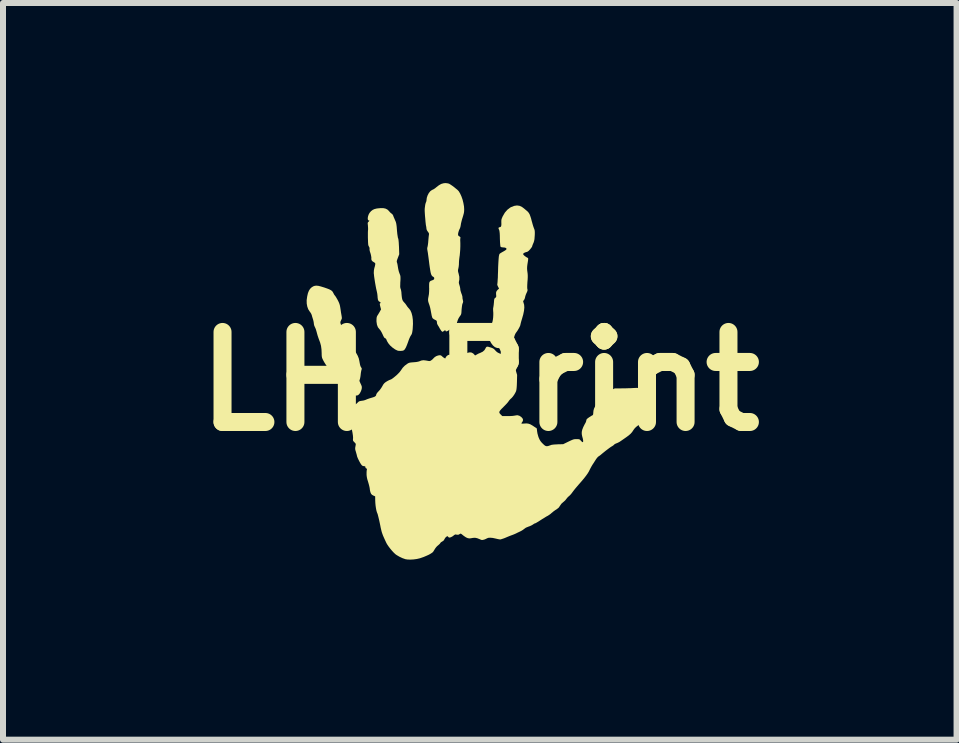
<source format=kicad_pcb>
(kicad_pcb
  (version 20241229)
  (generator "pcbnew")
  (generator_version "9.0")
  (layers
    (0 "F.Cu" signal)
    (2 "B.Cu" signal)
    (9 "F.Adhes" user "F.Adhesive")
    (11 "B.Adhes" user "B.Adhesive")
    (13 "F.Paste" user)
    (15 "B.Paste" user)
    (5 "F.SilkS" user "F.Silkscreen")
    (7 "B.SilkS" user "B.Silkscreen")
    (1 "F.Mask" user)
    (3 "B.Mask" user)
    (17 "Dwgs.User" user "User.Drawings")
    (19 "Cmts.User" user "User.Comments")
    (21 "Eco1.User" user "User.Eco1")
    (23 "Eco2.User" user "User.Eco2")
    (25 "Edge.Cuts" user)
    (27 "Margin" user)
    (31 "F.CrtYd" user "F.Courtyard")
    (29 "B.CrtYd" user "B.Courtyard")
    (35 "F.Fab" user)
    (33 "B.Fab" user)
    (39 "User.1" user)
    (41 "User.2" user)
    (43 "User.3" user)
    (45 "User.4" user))
  (footprint "LH_Print"
    (layer "F.Cu")
    (at 4.943 3.302)
    (property "Reference" "LH_Print" (at 0 0 0) (layer "F.SilkS") (effects (font (size 1.5 1.5) (thickness 0.3))))
    (attr board_only exclude_from_pos_files exclude_from_bom)
    (fp_poly (pts (xy -2.689 -1.59) (xy -2.649 -1.58) (xy -2.6 -1.565) (xy -2.596 -1.564) (xy -2.547 -1.547) (xy -2.51 -1.533) (xy -2.483 -1.519) (xy -2.464 -1.506) (xy -2.451 -1.491) (xy -2.441 -1.473) (xy -2.439 -1.47) (xy -2.429 -1.449) (xy -2.418 -1.433) (xy -2.415 -1.43) (xy -2.407 -1.42) (xy -2.394 -1.4) (xy -2.379 -1.374) (xy -2.368 -1.355) (xy -2.35 -1.319) (xy -2.338 -1.289) (xy -2.33 -1.261) (xy -2.324 -1.227) (xy -2.318 -1.188) (xy -2.312 -1.145) (xy -2.305 -1.106) (xy -2.305 -1.106) (xy -2.3 -1.076) (xy -2.298 -1.057) (xy -2.299 -1.043) (xy -2.303 -1.032) (xy -2.309 -1.022) (xy -2.32 -0.997) (xy -2.323 -0.974) (xy -2.315 -0.948) (xy -2.297 -0.916) (xy -2.291 -0.907) (xy -2.271 -0.874) (xy -2.258 -0.844) (xy -2.252 -0.817) (xy -2.245 -0.782) (xy -2.235 -0.755) (xy -2.22 -0.731) (xy -2.211 -0.719) (xy -2.199 -0.704) (xy -2.194 -0.692) (xy -2.194 -0.69) (xy -2.19 -0.681) (xy -2.18 -0.662) (xy -2.166 -0.638) (xy -2.158 -0.624) (xy -2.142 -0.599) (xy -2.13 -0.577) (xy -2.122 -0.563) (xy -2.121 -0.56) (xy -2.117 -0.55) (xy -2.106 -0.534) (xy -2.095 -0.52) (xy -2.059 -0.471) (xy -2.034 -0.426) (xy -2.016 -0.381) (xy -2.005 -0.332) (xy -2.004 -0.324) (xy -1.996 -0.282) (xy -1.988 -0.252) (xy -1.978 -0.234) (xy -1.968 -0.217) (xy -1.966 -0.204) (xy -1.971 -0.191) (xy -1.975 -0.173) (xy -1.98 -0.147) (xy -1.984 -0.117) (xy -1.984 -0.112) (xy -1.988 -0.081) (xy -1.993 -0.053) (xy -1.998 -0.033) (xy -1.999 -0.031) (xy -2.004 -0.017) (xy -2.004 -0.004) (xy -1.998 0.012) (xy -1.99 0.03) (xy -1.978 0.055) (xy -1.969 0.077) (xy -1.966 0.088) (xy -1.965 0.113) (xy -1.972 0.144) (xy -1.985 0.176) (xy -2.001 0.204) (xy -2.009 0.214) (xy -2.023 0.227) (xy -2.035 0.234) (xy -2.05 0.237) (xy -2.073 0.238) (xy -2.087 0.238) (xy -2.115 0.238) (xy -2.133 0.236) (xy -2.146 0.23) (xy -2.157 0.221) (xy -2.16 0.217) (xy -2.175 0.205) (xy -2.192 0.198) (xy -2.217 0.194) (xy -2.223 0.193) (xy -2.249 0.19) (xy -2.269 0.183) (xy -2.285 0.17) (xy -2.3 0.149) (xy -2.317 0.117) (xy -2.321 0.109) (xy -2.337 0.079) (xy -2.358 0.043) (xy -2.382 0.007) (xy -2.393 -0.01) (xy -2.417 -0.044) (xy -2.442 -0.082) (xy -2.464 -0.117) (xy -2.472 -0.131) (xy -2.492 -0.166) (xy -2.516 -0.204) (xy -2.539 -0.238) (xy -2.541 -0.241) (xy -2.563 -0.273) (xy -2.586 -0.309) (xy -2.605 -0.342) (xy -2.606 -0.345) (xy -2.62 -0.372) (xy -2.628 -0.393) (xy -2.632 -0.414) (xy -2.634 -0.441) (xy -2.634 -0.461) (xy -2.637 -0.53) (xy -2.645 -0.59) (xy -2.66 -0.646) (xy -2.674 -0.683) (xy -2.688 -0.721) (xy -2.702 -0.763) (xy -2.713 -0.803) (xy -2.714 -0.807) (xy -2.723 -0.84) (xy -2.733 -0.872) (xy -2.744 -0.897) (xy -2.746 -0.901) (xy -2.757 -0.925) (xy -2.763 -0.949) (xy -2.764 -0.957) (xy -2.766 -0.977) (xy -2.771 -1.004) (xy -2.777 -1.027) (xy -2.786 -1.056) (xy -2.795 -1.085) (xy -2.799 -1.102) (xy -2.809 -1.126) (xy -2.825 -1.151) (xy -2.835 -1.164) (xy -2.858 -1.2) (xy -2.874 -1.245) (xy -2.883 -1.295) (xy -2.884 -1.345) (xy -2.884 -1.352) (xy -2.875 -1.416) (xy -2.863 -1.468) (xy -2.847 -1.508) (xy -2.827 -1.54) (xy -2.801 -1.565) (xy -2.792 -1.571) (xy -2.769 -1.584) (xy -2.746 -1.591) (xy -2.72 -1.593)) (stroke (width 0) (type solid)) (fill yes) (layer "F.SilkS"))
    (fp_poly (pts (xy -1.571 -2.877) (xy -1.539 -2.861) (xy -1.511 -2.834) (xy -1.509 -2.831) (xy -1.492 -2.812) (xy -1.475 -2.797) (xy -1.468 -2.793) (xy -1.454 -2.78) (xy -1.443 -2.761) (xy -1.442 -2.758) (xy -1.435 -2.738) (xy -1.423 -2.711) (xy -1.412 -2.685) (xy -1.399 -2.655) (xy -1.391 -2.624) (xy -1.386 -2.588) (xy -1.384 -2.57) (xy -1.379 -2.505) (xy -1.374 -2.454) (xy -1.368 -2.416) (xy -1.364 -2.391) (xy -1.359 -2.378) (xy -1.356 -2.367) (xy -1.353 -2.343) (xy -1.35 -2.311) (xy -1.348 -2.272) (xy -1.346 -2.24) (xy -1.342 -2.116) (xy -1.365 -2.056) (xy -1.376 -2.027) (xy -1.382 -2.007) (xy -1.383 -1.993) (xy -1.381 -1.981) (xy -1.378 -1.975) (xy -1.373 -1.956) (xy -1.368 -1.929) (xy -1.364 -1.902) (xy -1.358 -1.868) (xy -1.349 -1.83) (xy -1.339 -1.801) (xy -1.331 -1.78) (xy -1.325 -1.763) (xy -1.322 -1.746) (xy -1.321 -1.725) (xy -1.321 -1.698) (xy -1.323 -1.661) (xy -1.324 -1.655) (xy -1.325 -1.612) (xy -1.326 -1.58) (xy -1.324 -1.559) (xy -1.321 -1.546) (xy -1.319 -1.543) (xy -1.314 -1.528) (xy -1.309 -1.504) (xy -1.305 -1.474) (xy -1.305 -1.465) (xy -1.301 -1.422) (xy -1.297 -1.39) (xy -1.292 -1.366) (xy -1.285 -1.348) (xy -1.277 -1.334) (xy -1.264 -1.319) (xy -1.259 -1.313) (xy -1.24 -1.292) (xy -1.225 -1.271) (xy -1.217 -1.259) (xy -1.205 -1.241) (xy -1.188 -1.22) (xy -1.18 -1.213) (xy -1.156 -1.181) (xy -1.137 -1.138) (xy -1.123 -1.084) (xy -1.115 -1.023) (xy -1.113 -0.956) (xy -1.117 -0.885) (xy -1.118 -0.868) (xy -1.123 -0.831) (xy -1.128 -0.805) (xy -1.134 -0.786) (xy -1.143 -0.77) (xy -1.148 -0.763) (xy -1.159 -0.744) (xy -1.172 -0.716) (xy -1.185 -0.683) (xy -1.191 -0.665) (xy -1.212 -0.608) (xy -1.23 -0.565) (xy -1.248 -0.534) (xy -1.264 -0.517) (xy -1.264 -0.517) (xy -1.285 -0.509) (xy -1.318 -0.506) (xy -1.324 -0.506) (xy -1.351 -0.507) (xy -1.373 -0.512) (xy -1.397 -0.524) (xy -1.411 -0.531) (xy -1.455 -0.562) (xy -1.494 -0.597) (xy -1.525 -0.635) (xy -1.547 -0.672) (xy -1.555 -0.694) (xy -1.565 -0.711) (xy -1.575 -0.716) (xy -1.585 -0.721) (xy -1.595 -0.733) (xy -1.607 -0.755) (xy -1.62 -0.784) (xy -1.639 -0.822) (xy -1.657 -0.851) (xy -1.672 -0.869) (xy -1.672 -0.869) (xy -1.697 -0.9) (xy -1.713 -0.942) (xy -1.721 -0.995) (xy -1.721 -1.014) (xy -1.72 -1.046) (xy -1.717 -1.068) (xy -1.711 -1.085) (xy -1.706 -1.094) (xy -1.694 -1.112) (xy -1.68 -1.136) (xy -1.668 -1.156) (xy -1.645 -1.198) (xy -1.658 -1.246) (xy -1.664 -1.273) (xy -1.666 -1.289) (xy -1.664 -1.296) (xy -1.661 -1.297) (xy -1.653 -1.305) (xy -1.655 -1.316) (xy -1.667 -1.324) (xy -1.67 -1.325) (xy -1.686 -1.336) (xy -1.697 -1.36) (xy -1.702 -1.395) (xy -1.703 -1.414) (xy -1.705 -1.436) (xy -1.709 -1.466) (xy -1.716 -1.499) (xy -1.718 -1.507) (xy -1.727 -1.547) (xy -1.736 -1.595) (xy -1.745 -1.646) (xy -1.753 -1.698) (xy -1.76 -1.746) (xy -1.764 -1.786) (xy -1.766 -1.801) (xy -1.764 -1.847) (xy -1.757 -1.884) (xy -1.747 -1.919) (xy -1.742 -1.944) (xy -1.741 -1.96) (xy -1.745 -1.97) (xy -1.755 -1.978) (xy -1.76 -1.981) (xy -1.788 -1.999) (xy -1.804 -2.019) (xy -1.807 -2.039) (xy -1.807 -2.04) (xy -1.806 -2.059) (xy -1.81 -2.088) (xy -1.818 -2.123) (xy -1.83 -2.16) (xy -1.831 -2.163) (xy -1.836 -2.186) (xy -1.837 -2.204) (xy -1.836 -2.209) (xy -1.838 -2.227) (xy -1.846 -2.243) (xy -1.853 -2.256) (xy -1.858 -2.271) (xy -1.86 -2.294) (xy -1.862 -2.326) (xy -1.862 -2.339) (xy -1.864 -2.396) (xy -1.864 -2.441) (xy -1.864 -2.476) (xy -1.863 -2.505) (xy -1.861 -2.526) (xy -1.861 -2.553) (xy -1.863 -2.584) (xy -1.864 -2.6) (xy -1.867 -2.624) (xy -1.867 -2.639) (xy -1.861 -2.65) (xy -1.852 -2.659) (xy -1.841 -2.672) (xy -1.839 -2.677) (xy -1.847 -2.678) (xy -1.847 -2.678) (xy -1.86 -2.684) (xy -1.866 -2.7) (xy -1.866 -2.723) (xy -1.861 -2.75) (xy -1.851 -2.779) (xy -1.836 -2.806) (xy -1.834 -2.808) (xy -1.811 -2.835) (xy -1.785 -2.855) (xy -1.754 -2.869) (xy -1.714 -2.879) (xy -1.662 -2.884) (xy -1.659 -2.885) (xy -1.61 -2.885)) (stroke (width 0) (type solid)) (fill yes) (layer "F.SilkS"))
    (fp_poly (pts (xy -0.542 -3.299) (xy -0.516 -3.293) (xy -0.509 -3.29) (xy -0.486 -3.276) (xy -0.458 -3.257) (xy -0.427 -3.234) (xy -0.398 -3.21) (xy -0.372 -3.189) (xy -0.355 -3.171) (xy -0.351 -3.167) (xy -0.328 -3.129) (xy -0.306 -3.081) (xy -0.287 -3.027) (xy -0.273 -2.97) (xy -0.263 -2.914) (xy -0.26 -2.866) (xy -0.261 -2.834) (xy -0.265 -2.803) (xy -0.274 -2.769) (xy -0.284 -2.735) (xy -0.296 -2.697) (xy -0.306 -2.658) (xy -0.314 -2.624) (xy -0.316 -2.608) (xy -0.321 -2.58) (xy -0.328 -2.555) (xy -0.335 -2.539) (xy -0.345 -2.519) (xy -0.353 -2.494) (xy -0.36 -2.468) (xy -0.362 -2.446) (xy -0.361 -2.432) (xy -0.35 -2.421) (xy -0.336 -2.411) (xy -0.323 -2.4) (xy -0.322 -2.39) (xy -0.325 -2.375) (xy -0.326 -2.354) (xy -0.326 -2.353) (xy -0.324 -2.303) (xy -0.324 -2.248) (xy -0.326 -2.193) (xy -0.33 -2.141) (xy -0.334 -2.097) (xy -0.336 -2.086) (xy -0.341 -2.05) (xy -0.345 -2.013) (xy -0.347 -1.982) (xy -0.347 -1.974) (xy -0.348 -1.942) (xy -0.352 -1.906) (xy -0.356 -1.885) (xy -0.362 -1.858) (xy -0.363 -1.839) (xy -0.36 -1.82) (xy -0.353 -1.795) (xy -0.341 -1.741) (xy -0.341 -1.692) (xy -0.346 -1.668) (xy -0.349 -1.649) (xy -0.347 -1.628) (xy -0.339 -1.602) (xy -0.331 -1.574) (xy -0.326 -1.548) (xy -0.325 -1.534) (xy -0.322 -1.513) (xy -0.314 -1.486) (xy -0.307 -1.465) (xy -0.297 -1.439) (xy -0.29 -1.413) (xy -0.289 -1.399) (xy -0.287 -1.375) (xy -0.281 -1.35) (xy -0.281 -1.348) (xy -0.277 -1.326) (xy -0.282 -1.306) (xy -0.286 -1.298) (xy -0.293 -1.276) (xy -0.298 -1.241) (xy -0.303 -1.195) (xy -0.305 -1.16) (xy -0.307 -1.135) (xy -0.311 -1.118) (xy -0.317 -1.104) (xy -0.327 -1.09) (xy -0.334 -1.08) (xy -0.352 -1.052) (xy -0.367 -1.019) (xy -0.38 -0.976) (xy -0.386 -0.951) (xy -0.398 -0.923) (xy -0.422 -0.897) (xy -0.453 -0.877) (xy -0.471 -0.869) (xy -0.497 -0.86) (xy -0.519 -0.849) (xy -0.528 -0.843) (xy -0.548 -0.833) (xy -0.563 -0.831) (xy -0.57 -0.838) (xy -0.57 -0.841) (xy -0.573 -0.85) (xy -0.582 -0.849) (xy -0.599 -0.838) (xy -0.599 -0.837) (xy -0.614 -0.826) (xy -0.624 -0.825) (xy -0.634 -0.833) (xy -0.64 -0.839) (xy -0.652 -0.856) (xy -0.666 -0.878) (xy -0.671 -0.888) (xy -0.684 -0.911) (xy -0.697 -0.931) (xy -0.701 -0.938) (xy -0.711 -0.958) (xy -0.714 -0.982) (xy -0.716 -0.999) (xy -0.721 -1.01) (xy -0.735 -1.019) (xy -0.746 -1.024) (xy -0.768 -1.036) (xy -0.785 -1.05) (xy -0.789 -1.055) (xy -0.794 -1.069) (xy -0.801 -1.093) (xy -0.807 -1.125) (xy -0.812 -1.151) (xy -0.819 -1.189) (xy -0.827 -1.227) (xy -0.836 -1.259) (xy -0.841 -1.274) (xy -0.853 -1.308) (xy -0.86 -1.334) (xy -0.862 -1.357) (xy -0.86 -1.382) (xy -0.854 -1.413) (xy -0.847 -1.453) (xy -0.844 -1.498) (xy -0.843 -1.552) (xy -0.844 -1.559) (xy -0.844 -1.6) (xy -0.843 -1.63) (xy -0.839 -1.65) (xy -0.831 -1.663) (xy -0.818 -1.673) (xy -0.799 -1.68) (xy -0.79 -1.683) (xy -0.77 -1.692) (xy -0.761 -1.702) (xy -0.759 -1.712) (xy -0.761 -1.728) (xy -0.772 -1.739) (xy -0.778 -1.742) (xy -0.789 -1.749) (xy -0.798 -1.759) (xy -0.806 -1.772) (xy -0.813 -1.791) (xy -0.82 -1.818) (xy -0.826 -1.853) (xy -0.833 -1.897) (xy -0.841 -1.954) (xy -0.848 -2.012) (xy -0.854 -2.058) (xy -0.86 -2.102) (xy -0.865 -2.139) (xy -0.87 -2.168) (xy -0.873 -2.186) (xy -0.874 -2.188) (xy -0.876 -2.219) (xy -0.872 -2.235) (xy -0.868 -2.251) (xy -0.864 -2.277) (xy -0.86 -2.309) (xy -0.858 -2.335) (xy -0.855 -2.37) (xy -0.852 -2.403) (xy -0.849 -2.429) (xy -0.847 -2.44) (xy -0.846 -2.459) (xy -0.852 -2.474) (xy -0.865 -2.492) (xy -0.881 -2.516) (xy -0.888 -2.537) (xy -0.888 -2.538) (xy -0.89 -2.559) (xy -0.894 -2.584) (xy -0.895 -2.588) (xy -0.898 -2.603) (xy -0.901 -2.63) (xy -0.905 -2.666) (xy -0.908 -2.706) (xy -0.912 -2.748) (xy -0.915 -2.789) (xy -0.917 -2.825) (xy -0.918 -2.851) (xy -0.917 -2.879) (xy -0.913 -2.91) (xy -0.909 -2.94) (xy -0.903 -2.965) (xy -0.898 -2.979) (xy -0.89 -2.999) (xy -0.888 -3.014) (xy -0.883 -3.056) (xy -0.869 -3.098) (xy -0.849 -3.136) (xy -0.824 -3.167) (xy -0.796 -3.187) (xy -0.789 -3.19) (xy -0.768 -3.2) (xy -0.744 -3.216) (xy -0.726 -3.231) (xy -0.682 -3.265) (xy -0.642 -3.288) (xy -0.603 -3.299) (xy -0.574 -3.302)) (stroke (width 0) (type solid)) (fill yes) (layer "F.SilkS"))
    (fp_poly (pts (xy 0.663 -2.923) (xy 0.703 -2.904) (xy 0.725 -2.888) (xy 0.75 -2.868) (xy 0.776 -2.846) (xy 0.787 -2.837) (xy 0.803 -2.822) (xy 0.817 -2.804) (xy 0.83 -2.782) (xy 0.841 -2.753) (xy 0.854 -2.714) (xy 0.867 -2.663) (xy 0.869 -2.658) (xy 0.879 -2.621) (xy 0.889 -2.587) (xy 0.898 -2.561) (xy 0.904 -2.544) (xy 0.905 -2.543) (xy 0.91 -2.53) (xy 0.914 -2.515) (xy 0.916 -2.497) (xy 0.917 -2.472) (xy 0.916 -2.437) (xy 0.914 -2.407) (xy 0.911 -2.368) (xy 0.905 -2.337) (xy 0.896 -2.309) (xy 0.892 -2.301) (xy 0.882 -2.277) (xy 0.875 -2.258) (xy 0.873 -2.249) (xy 0.869 -2.239) (xy 0.857 -2.222) (xy 0.841 -2.201) (xy 0.839 -2.199) (xy 0.817 -2.175) (xy 0.799 -2.161) (xy 0.782 -2.154) (xy 0.78 -2.154) (xy 0.753 -2.146) (xy 0.733 -2.135) (xy 0.722 -2.123) (xy 0.722 -2.119) (xy 0.728 -2.107) (xy 0.744 -2.091) (xy 0.767 -2.074) (xy 0.786 -2.062) (xy 0.796 -2.058) (xy 0.802 -2.053) (xy 0.806 -2.047) (xy 0.806 -2.037) (xy 0.805 -2.02) (xy 0.801 -1.994) (xy 0.795 -1.957) (xy 0.793 -1.944) (xy 0.789 -1.909) (xy 0.788 -1.878) (xy 0.79 -1.846) (xy 0.793 -1.825) (xy 0.797 -1.795) (xy 0.799 -1.765) (xy 0.799 -1.732) (xy 0.797 -1.691) (xy 0.794 -1.659) (xy 0.791 -1.608) (xy 0.79 -1.571) (xy 0.791 -1.546) (xy 0.793 -1.535) (xy 0.796 -1.522) (xy 0.794 -1.507) (xy 0.786 -1.485) (xy 0.78 -1.474) (xy 0.768 -1.446) (xy 0.758 -1.417) (xy 0.755 -1.4) (xy 0.748 -1.376) (xy 0.738 -1.356) (xy 0.734 -1.351) (xy 0.724 -1.339) (xy 0.723 -1.327) (xy 0.728 -1.312) (xy 0.739 -1.274) (xy 0.742 -1.229) (xy 0.737 -1.176) (xy 0.724 -1.113) (xy 0.703 -1.039) (xy 0.703 -1.039) (xy 0.693 -1.007) (xy 0.685 -0.978) (xy 0.68 -0.957) (xy 0.678 -0.948) (xy 0.674 -0.93) (xy 0.663 -0.905) (xy 0.647 -0.875) (xy 0.628 -0.843) (xy 0.612 -0.821) (xy 0.596 -0.798) (xy 0.585 -0.775) (xy 0.581 -0.764) (xy 0.575 -0.744) (xy 0.564 -0.719) (xy 0.555 -0.699) (xy 0.541 -0.669) (xy 0.527 -0.636) (xy 0.52 -0.619) (xy 0.509 -0.592) (xy 0.5 -0.574) (xy 0.489 -0.562) (xy 0.474 -0.556) (xy 0.451 -0.553) (xy 0.418 -0.552) (xy 0.399 -0.552) (xy 0.363 -0.552) (xy 0.329 -0.552) (xy 0.302 -0.554) (xy 0.288 -0.555) (xy 0.252 -0.569) (xy 0.219 -0.597) (xy 0.188 -0.638) (xy 0.168 -0.676) (xy 0.16 -0.694) (xy 0.154 -0.71) (xy 0.151 -0.727) (xy 0.149 -0.748) (xy 0.149 -0.777) (xy 0.15 -0.812) (xy 0.151 -0.85) (xy 0.152 -0.877) (xy 0.154 -0.895) (xy 0.158 -0.908) (xy 0.163 -0.917) (xy 0.172 -0.926) (xy 0.173 -0.927) (xy 0.188 -0.946) (xy 0.201 -0.964) (xy 0.203 -0.967) (xy 0.211 -0.991) (xy 0.218 -1.025) (xy 0.223 -1.065) (xy 0.225 -1.106) (xy 0.225 -1.144) (xy 0.224 -1.155) (xy 0.222 -1.186) (xy 0.222 -1.213) (xy 0.225 -1.23) (xy 0.228 -1.247) (xy 0.232 -1.274) (xy 0.235 -1.306) (xy 0.236 -1.315) (xy 0.238 -1.346) (xy 0.241 -1.366) (xy 0.246 -1.379) (xy 0.253 -1.387) (xy 0.258 -1.39) (xy 0.268 -1.398) (xy 0.273 -1.407) (xy 0.274 -1.423) (xy 0.272 -1.443) (xy 0.271 -1.476) (xy 0.279 -1.501) (xy 0.296 -1.522) (xy 0.306 -1.531) (xy 0.321 -1.544) (xy 0.304 -1.576) (xy 0.293 -1.601) (xy 0.291 -1.618) (xy 0.292 -1.621) (xy 0.294 -1.632) (xy 0.296 -1.655) (xy 0.298 -1.688) (xy 0.301 -1.73) (xy 0.302 -1.778) (xy 0.304 -1.826) (xy 0.306 -1.902) (xy 0.309 -1.964) (xy 0.312 -2.014) (xy 0.315 -2.054) (xy 0.318 -2.083) (xy 0.323 -2.105) (xy 0.327 -2.118) (xy 0.332 -2.125) (xy 0.344 -2.134) (xy 0.364 -2.146) (xy 0.388 -2.16) (xy 0.389 -2.16) (xy 0.413 -2.174) (xy 0.433 -2.187) (xy 0.443 -2.197) (xy 0.443 -2.197) (xy 0.445 -2.21) (xy 0.435 -2.221) (xy 0.414 -2.228) (xy 0.389 -2.23) (xy 0.364 -2.233) (xy 0.348 -2.239) (xy 0.347 -2.241) (xy 0.343 -2.253) (xy 0.34 -2.28) (xy 0.337 -2.32) (xy 0.335 -2.375) (xy 0.335 -2.376) (xy 0.334 -2.427) (xy 0.332 -2.465) (xy 0.329 -2.492) (xy 0.326 -2.511) (xy 0.322 -2.523) (xy 0.312 -2.545) (xy 0.313 -2.558) (xy 0.323 -2.565) (xy 0.332 -2.567) (xy 0.345 -2.571) (xy 0.354 -2.579) (xy 0.358 -2.594) (xy 0.36 -2.618) (xy 0.359 -2.646) (xy 0.359 -2.673) (xy 0.361 -2.695) (xy 0.368 -2.716) (xy 0.38 -2.744) (xy 0.383 -2.75) (xy 0.418 -2.81) (xy 0.46 -2.858) (xy 0.507 -2.894) (xy 0.522 -2.902) (xy 0.573 -2.922) (xy 0.62 -2.929)) (stroke (width 0) (type solid)) (fill yes) (layer "F.SilkS"))
    (fp_poly (pts (xy 0.145 -0.574) (xy 0.174 -0.565) (xy 0.183 -0.563) (xy 0.212 -0.552) (xy 0.233 -0.54) (xy 0.252 -0.522) (xy 0.258 -0.514) (xy 0.278 -0.494) (xy 0.298 -0.479) (xy 0.325 -0.466) (xy 0.34 -0.46) (xy 0.371 -0.45) (xy 0.401 -0.44) (xy 0.424 -0.433) (xy 0.425 -0.433) (xy 0.46 -0.421) (xy 0.49 -0.404) (xy 0.516 -0.381) (xy 0.539 -0.349) (xy 0.559 -0.307) (xy 0.578 -0.254) (xy 0.595 -0.198) (xy 0.622 -0.105) (xy 0.619 0.014) (xy 0.617 0.069) (xy 0.614 0.111) (xy 0.61 0.142) (xy 0.605 0.163) (xy 0.605 0.164) (xy 0.591 0.193) (xy 0.573 0.224) (xy 0.551 0.255) (xy 0.53 0.279) (xy 0.517 0.29) (xy 0.501 0.306) (xy 0.484 0.327) (xy 0.479 0.335) (xy 0.467 0.351) (xy 0.446 0.375) (xy 0.421 0.401) (xy 0.393 0.429) (xy 0.393 0.43) (xy 0.361 0.461) (xy 0.34 0.485) (xy 0.328 0.503) (xy 0.325 0.519) (xy 0.331 0.534) (xy 0.344 0.549) (xy 0.35 0.555) (xy 0.375 0.58) (xy 0.467 0.58) (xy 0.51 0.579) (xy 0.547 0.577) (xy 0.575 0.573) (xy 0.587 0.571) (xy 0.624 0.565) (xy 0.659 0.574) (xy 0.693 0.596) (xy 0.693 0.597) (xy 0.714 0.621) (xy 0.721 0.644) (xy 0.715 0.667) (xy 0.707 0.678) (xy 0.697 0.693) (xy 0.693 0.703) (xy 0.693 0.703) (xy 0.699 0.705) (xy 0.717 0.706) (xy 0.741 0.704) (xy 0.743 0.704) (xy 0.779 0.702) (xy 0.81 0.706) (xy 0.84 0.716) (xy 0.874 0.735) (xy 0.894 0.748) (xy 0.916 0.763) (xy 0.934 0.774) (xy 0.944 0.779) (xy 0.945 0.78) (xy 0.948 0.786) (xy 0.952 0.803) (xy 0.954 0.828) (xy 0.954 0.828) (xy 0.961 0.87) (xy 0.974 0.917) (xy 0.98 0.935) (xy 0.995 0.969) (xy 1.011 0.996) (xy 1.032 1.022) (xy 1.048 1.038) (xy 1.074 1.063) (xy 1.095 1.077) (xy 1.115 1.082) (xy 1.138 1.079) (xy 1.167 1.069) (xy 1.171 1.068) (xy 1.192 1.06) (xy 1.216 1.056) (xy 1.246 1.053) (xy 1.285 1.051) (xy 1.299 1.05) (xy 1.389 1.048) (xy 1.475 1.006) (xy 1.511 0.989) (xy 1.538 0.977) (xy 1.559 0.969) (xy 1.577 0.965) (xy 1.595 0.964) (xy 1.611 0.964) (xy 1.638 0.964) (xy 1.655 0.966) (xy 1.667 0.972) (xy 1.679 0.984) (xy 1.685 0.991) (xy 1.704 1.01) (xy 1.716 1.015) (xy 1.722 1.007) (xy 1.722 0.986) (xy 1.716 0.953) (xy 1.706 0.917) (xy 1.699 0.88) (xy 1.699 0.844) (xy 1.707 0.806) (xy 1.724 0.763) (xy 1.749 0.713) (xy 1.761 0.693) (xy 1.77 0.672) (xy 1.775 0.652) (xy 1.775 0.649) (xy 1.778 0.638) (xy 1.787 0.626) (xy 1.806 0.611) (xy 1.82 0.601) (xy 1.844 0.586) (xy 1.864 0.573) (xy 1.877 0.567) (xy 1.878 0.566) (xy 1.885 0.56) (xy 1.889 0.547) (xy 1.891 0.524) (xy 1.891 0.52) (xy 1.894 0.489) (xy 1.903 0.456) (xy 1.921 0.419) (xy 1.948 0.377) (xy 1.981 0.331) (xy 2.037 0.264) (xy 2.094 0.21) (xy 2.153 0.167) (xy 2.186 0.149) (xy 2.248 0.119) (xy 2.367 0.118) (xy 2.414 0.118) (xy 2.464 0.116) (xy 2.511 0.115) (xy 2.55 0.113) (xy 2.562 0.112) (xy 2.613 0.11) (xy 2.655 0.112) (xy 2.695 0.119) (xy 2.738 0.132) (xy 2.751 0.137) (xy 2.775 0.148) (xy 2.801 0.164) (xy 2.825 0.182) (xy 2.844 0.2) (xy 2.856 0.214) (xy 2.857 0.22) (xy 2.862 0.232) (xy 2.872 0.247) (xy 2.872 0.247) (xy 2.881 0.26) (xy 2.882 0.27) (xy 2.873 0.282) (xy 2.872 0.284) (xy 2.864 0.297) (xy 2.86 0.312) (xy 2.861 0.334) (xy 2.862 0.345) (xy 2.863 0.379) (xy 2.86 0.413) (xy 2.853 0.443) (xy 2.843 0.464) (xy 2.838 0.471) (xy 2.829 0.482) (xy 2.817 0.502) (xy 2.807 0.524) (xy 2.791 0.553) (xy 2.773 0.576) (xy 2.765 0.584) (xy 2.75 0.599) (xy 2.733 0.623) (xy 2.72 0.647) (xy 2.707 0.671) (xy 2.693 0.689) (xy 2.676 0.706) (xy 2.651 0.726) (xy 2.64 0.733) (xy 2.605 0.76) (xy 2.58 0.785) (xy 2.56 0.812) (xy 2.559 0.814) (xy 2.537 0.847) (xy 2.512 0.875) (xy 2.481 0.902) (xy 2.443 0.93) (xy 2.413 0.951) (xy 2.38 0.974) (xy 2.354 0.992) (xy 2.327 1.01) (xy 2.3 1.024) (xy 2.279 1.033) (xy 2.278 1.033) (xy 2.257 1.042) (xy 2.241 1.052) (xy 2.238 1.056) (xy 2.225 1.068) (xy 2.207 1.08) (xy 2.205 1.081) (xy 2.185 1.093) (xy 2.158 1.112) (xy 2.126 1.136) (xy 2.092 1.162) (xy 2.06 1.188) (xy 2.034 1.209) (xy 2.012 1.228) (xy 1.992 1.243) (xy 1.979 1.251) (xy 1.965 1.263) (xy 1.948 1.283) (xy 1.934 1.303) (xy 1.916 1.331) (xy 1.895 1.364) (xy 1.879 1.388) (xy 1.861 1.418) (xy 1.843 1.451) (xy 1.831 1.475) (xy 1.816 1.505) (xy 1.797 1.536) (xy 1.773 1.57) (xy 1.743 1.609) (xy 1.705 1.655) (xy 1.658 1.709) (xy 1.655 1.712) (xy 1.625 1.747) (xy 1.596 1.781) (xy 1.571 1.812) (xy 1.552 1.837) (xy 1.541 1.852) (xy 1.522 1.877) (xy 1.499 1.902) (xy 1.487 1.912) (xy 1.465 1.932) (xy 1.446 1.955) (xy 1.439 1.964) (xy 1.423 1.984) (xy 1.4 2.005) (xy 1.39 2.013) (xy 1.359 2.041) (xy 1.337 2.073) (xy 1.316 2.104) (xy 1.289 2.126) (xy 1.281 2.132) (xy 1.257 2.147) (xy 1.228 2.168) (xy 1.202 2.19) (xy 1.201 2.19) (xy 1.177 2.211) (xy 1.153 2.228) (xy 1.134 2.24) (xy 1.133 2.241) (xy 1.121 2.247) (xy 1.108 2.254) (xy 1.092 2.264) (xy 1.07 2.278) (xy 1.04 2.296) (xy 1.001 2.321) (xy 0.978 2.336) (xy 0.954 2.35) (xy 0.934 2.362) (xy 0.921 2.367) (xy 0.92 2.367) (xy 0.909 2.371) (xy 0.892 2.382) (xy 0.882 2.389) (xy 0.857 2.403) (xy 0.827 2.416) (xy 0.812 2.421) (xy 0.768 2.439) (xy 0.743 2.457) (xy 0.718 2.476) (xy 0.69 2.493) (xy 0.68 2.498) (xy 0.653 2.511) (xy 0.623 2.525) (xy 0.606 2.534) (xy 0.579 2.546) (xy 0.552 2.557) (xy 0.538 2.562) (xy 0.519 2.569) (xy 0.491 2.58) (xy 0.459 2.593) (xy 0.436 2.603) (xy 0.404 2.616) (xy 0.374 2.626) (xy 0.352 2.633) (xy 0.341 2.635) (xy 0.324 2.633) (xy 0.298 2.628) (xy 0.268 2.621) (xy 0.263 2.62) (xy 0.217 2.61) (xy 0.176 2.606) (xy 0.143 2.608) (xy 0.121 2.616) (xy 0.119 2.617) (xy 0.104 2.625) (xy 0.081 2.635) (xy 0.07 2.638) (xy 0.05 2.643) (xy 0.035 2.644) (xy 0.019 2.64) (xy -0.003 2.63) (xy -0.044 2.614) (xy -0.079 2.607) (xy -0.114 2.609) (xy -0.134 2.613) (xy -0.168 2.618) (xy -0.198 2.614) (xy -0.229 2.601) (xy -0.263 2.578) (xy -0.275 2.569) (xy -0.297 2.551) (xy -0.311 2.541) (xy -0.32 2.538) (xy -0.327 2.54) (xy -0.332 2.544) (xy -0.355 2.556) (xy -0.383 2.556) (xy -0.394 2.553) (xy -0.408 2.552) (xy -0.424 2.56) (xy -0.436 2.57) (xy -0.458 2.586) (xy -0.482 2.598) (xy -0.488 2.6) (xy -0.507 2.604) (xy -0.517 2.601) (xy -0.526 2.592) (xy -0.533 2.582) (xy -0.542 2.582) (xy -0.556 2.589) (xy -0.572 2.604) (xy -0.585 2.624) (xy -0.587 2.628) (xy -0.601 2.652) (xy -0.626 2.67) (xy -0.627 2.67) (xy -0.645 2.681) (xy -0.655 2.691) (xy -0.657 2.694) (xy -0.662 2.703) (xy -0.676 2.717) (xy -0.692 2.731) (xy -0.71 2.746) (xy -0.725 2.762) (xy -0.739 2.78) (xy -0.755 2.805) (xy -0.773 2.835) (xy -0.787 2.851) (xy -0.813 2.869) (xy -0.848 2.889) (xy -0.89 2.908) (xy -0.935 2.927) (xy -0.981 2.943) (xy -0.999 2.949) (xy -1.051 2.961) (xy -1.105 2.968) (xy -1.158 2.971) (xy -1.205 2.969) (xy -1.238 2.964) (xy -1.287 2.947) (xy -1.338 2.923) (xy -1.384 2.896) (xy -1.404 2.882) (xy -1.431 2.857) (xy -1.461 2.825) (xy -1.492 2.788) (xy -1.52 2.751) (xy -1.543 2.717) (xy -1.555 2.696) (xy -1.579 2.645) (xy -1.597 2.605) (xy -1.612 2.571) (xy -1.623 2.541) (xy -1.633 2.512) (xy -1.641 2.48) (xy -1.65 2.442) (xy -1.659 2.396) (xy -1.664 2.372) (xy -1.674 2.325) (xy -1.684 2.282) (xy -1.693 2.246) (xy -1.7 2.218) (xy -1.706 2.201) (xy -1.708 2.197) (xy -1.715 2.179) (xy -1.723 2.15) (xy -1.73 2.112) (xy -1.736 2.071) (xy -1.74 2.028) (xy -1.742 1.987) (xy -1.742 1.982) (xy -1.743 1.917) (xy -1.773 1.904) (xy -1.796 1.891) (xy -1.812 1.872) (xy -1.823 1.845) (xy -1.831 1.808) (xy -1.832 1.795) (xy -1.837 1.765) (xy -1.846 1.727) (xy -1.857 1.688) (xy -1.862 1.671) (xy -1.875 1.629) (xy -1.882 1.594) (xy -1.886 1.561) (xy -1.886 1.541) (xy -1.886 1.512) (xy -1.884 1.487) (xy -1.881 1.472) (xy -1.881 1.47) (xy -1.879 1.459) (xy -1.889 1.453) (xy -1.89 1.453) (xy -1.903 1.444) (xy -1.905 1.432) (xy -1.908 1.419) (xy -1.919 1.415) (xy -1.925 1.415) (xy -1.946 1.411) (xy -1.961 1.404) (xy -1.972 1.391) (xy -1.987 1.369) (xy -2.003 1.341) (xy -2.019 1.31) (xy -2.033 1.28) (xy -2.043 1.255) (xy -2.046 1.243) (xy -2.051 1.221) (xy -2.059 1.193) (xy -2.065 1.171) (xy -2.073 1.146) (xy -2.076 1.125) (xy -2.075 1.104) (xy -2.07 1.076) (xy -2.067 1.06) (xy -2.066 1.046) (xy -2.072 1.033) (xy -2.088 1.017) (xy -2.089 1.015) (xy -2.105 0.999) (xy -2.112 0.987) (xy -2.113 0.972) (xy -2.112 0.96) (xy -2.111 0.936) (xy -2.114 0.9) (xy -2.121 0.855) (xy -2.131 0.804) (xy -2.145 0.748) (xy -2.155 0.709) (xy -2.169 0.643) (xy -2.173 0.583) (xy -2.166 0.525) (xy -2.154 0.479) (xy -2.141 0.442) (xy -2.13 0.416) (xy -2.119 0.401) (xy -2.108 0.392) (xy -2.094 0.39) (xy -2.091 0.39) (xy -2.074 0.386) (xy -2.056 0.375) (xy -2.04 0.36) (xy -2.023 0.343) (xy -2.007 0.333) (xy -1.987 0.328) (xy -1.967 0.325) (xy -1.94 0.321) (xy -1.914 0.314) (xy -1.901 0.309) (xy -1.875 0.298) (xy -1.838 0.285) (xy -1.795 0.272) (xy -1.777 0.267) (xy -1.747 0.255) (xy -1.729 0.239) (xy -1.725 0.221) (xy -1.719 0.207) (xy -1.704 0.186) (xy -1.688 0.169) (xy -1.665 0.144) (xy -1.642 0.112) (xy -1.625 0.084) (xy -1.608 0.054) (xy -1.592 0.034) (xy -1.571 0.016) (xy -1.557 0.007) (xy -1.532 -0.008) (xy -1.508 -0.02) (xy -1.492 -0.026) (xy -1.473 -0.034) (xy -1.448 -0.051) (xy -1.419 -0.074) (xy -1.388 -0.1) (xy -1.359 -0.128) (xy -1.334 -0.155) (xy -1.316 -0.179) (xy -1.316 -0.179) (xy -1.284 -0.225) (xy -1.25 -0.26) (xy -1.21 -0.29) (xy -1.21 -0.29) (xy -1.192 -0.301) (xy -1.175 -0.308) (xy -1.156 -0.312) (xy -1.129 -0.315) (xy -1.101 -0.317) (xy -1.058 -0.321) (xy -1.026 -0.327) (xy -1.006 -0.333) (xy -0.973 -0.346) (xy -0.938 -0.351) (xy -0.895 -0.346) (xy -0.884 -0.344) (xy -0.857 -0.339) (xy -0.84 -0.337) (xy -0.827 -0.339) (xy -0.815 -0.345) (xy -0.81 -0.348) (xy -0.789 -0.364) (xy -0.77 -0.384) (xy -0.768 -0.386) (xy -0.749 -0.404) (xy -0.724 -0.419) (xy -0.697 -0.429) (xy -0.671 -0.434) (xy -0.65 -0.432) (xy -0.637 -0.424) (xy -0.628 -0.415) (xy -0.612 -0.402) (xy -0.603 -0.395) (xy -0.585 -0.384) (xy -0.576 -0.38) (xy -0.573 -0.384) (xy -0.571 -0.389) (xy -0.565 -0.402) (xy -0.552 -0.419) (xy -0.548 -0.423) (xy -0.526 -0.438) (xy -0.5 -0.443) (xy -0.469 -0.438) (xy -0.43 -0.422) (xy -0.418 -0.416) (xy -0.393 -0.403) (xy -0.372 -0.394) (xy -0.358 -0.39) (xy -0.357 -0.39) (xy -0.346 -0.394) (xy -0.327 -0.404) (xy -0.302 -0.419) (xy -0.286 -0.429) (xy -0.238 -0.458) (xy -0.198 -0.476) (xy -0.164 -0.482) (xy -0.135 -0.478) (xy -0.109 -0.463) (xy -0.099 -0.453) (xy -0.078 -0.43) (xy -0.049 -0.446) (xy -0.024 -0.46) (xy 0.003 -0.471) (xy 0.008 -0.473) (xy 0.049 -0.493) (xy 0.078 -0.519) (xy 0.094 -0.546) (xy 0.103 -0.563) (xy 0.112 -0.573) (xy 0.125 -0.577)) (stroke (width 0) (type solid)) (fill yes) (layer "F.SilkS")))
  (gr_rect
    (start -3 -3)
    (end 12.886 9.273)
    (stroke (width 0.1) (type default))
    (fill no)
    (layer "Edge.Cuts")))
</source>
